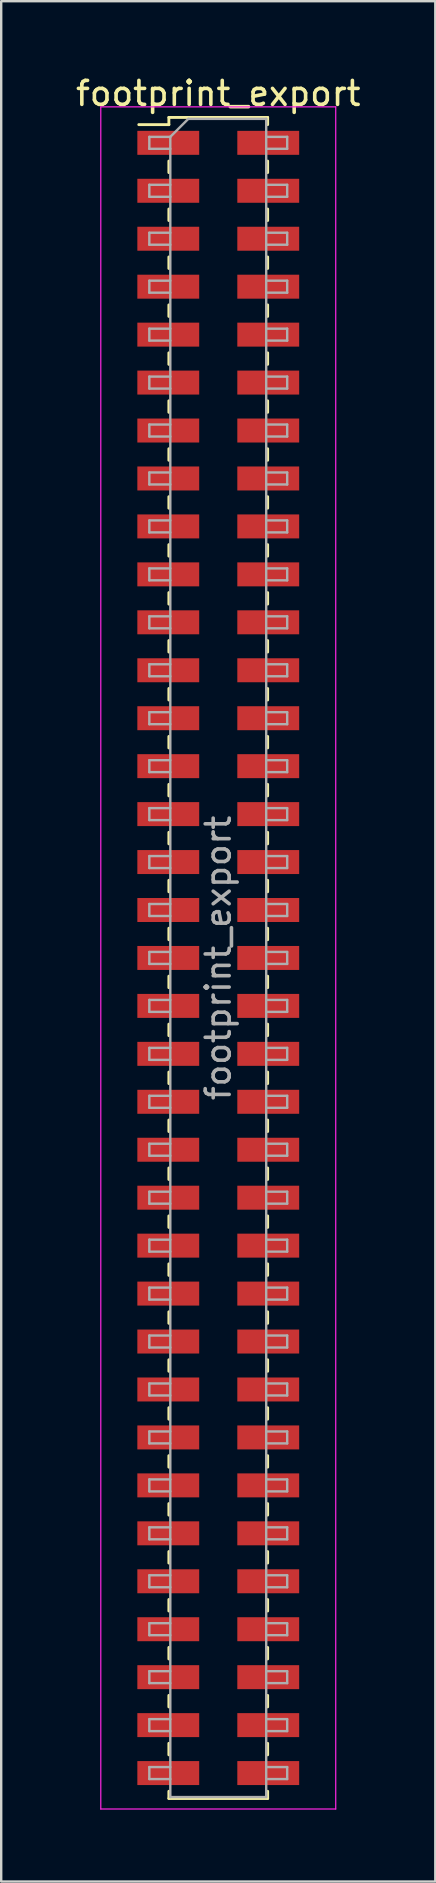
<source format=kicad_pcb>
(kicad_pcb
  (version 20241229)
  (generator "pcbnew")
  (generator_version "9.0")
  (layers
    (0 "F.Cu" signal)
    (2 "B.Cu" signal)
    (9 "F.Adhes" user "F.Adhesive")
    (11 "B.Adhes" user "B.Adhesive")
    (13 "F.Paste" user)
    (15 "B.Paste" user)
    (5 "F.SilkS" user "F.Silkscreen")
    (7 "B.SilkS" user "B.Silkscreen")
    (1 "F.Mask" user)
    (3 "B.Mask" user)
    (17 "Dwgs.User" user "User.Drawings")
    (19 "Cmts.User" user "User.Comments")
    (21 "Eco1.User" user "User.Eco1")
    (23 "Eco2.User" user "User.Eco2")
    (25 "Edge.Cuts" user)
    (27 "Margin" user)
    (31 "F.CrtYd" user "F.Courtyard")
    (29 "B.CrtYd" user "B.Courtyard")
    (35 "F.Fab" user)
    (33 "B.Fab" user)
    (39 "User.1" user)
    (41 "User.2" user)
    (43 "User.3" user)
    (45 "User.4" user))
  (footprint "footprint_export"
    (layer "F.Cu")
    (at 6.054 36.908)
    (property "Reference" "footprint_export" (at 0 -36.06 0) (layer "F.SilkS") (effects (font (size 1 1) (thickness 0.15))))
    (attr smd)
    (fp_line (start -3.315 -34.76) (end -2.06 -34.76) (stroke (width 0.12) (type solid)) (layer "F.SilkS"))
    (fp_line (start -2.06 -35.06) (end -2.06 -34.76) (stroke (width 0.12) (type solid)) (layer "F.SilkS"))
    (fp_line (start -2.06 -35.06) (end 2.06 -35.06) (stroke (width 0.12) (type solid)) (layer "F.SilkS"))
    (fp_line (start -2.06 -33.24) (end -2.06 -32.76) (stroke (width 0.12) (type solid)) (layer "F.SilkS"))
    (fp_line (start -2.06 -31.24) (end -2.06 -30.76) (stroke (width 0.12) (type solid)) (layer "F.SilkS"))
    (fp_line (start -2.06 -29.24) (end -2.06 -28.76) (stroke (width 0.12) (type solid)) (layer "F.SilkS"))
    (fp_line (start -2.06 -27.24) (end -2.06 -26.76) (stroke (width 0.12) (type solid)) (layer "F.SilkS"))
    (fp_line (start -2.06 -25.24) (end -2.06 -24.76) (stroke (width 0.12) (type solid)) (layer "F.SilkS"))
    (fp_line (start -2.06 -23.24) (end -2.06 -22.76) (stroke (width 0.12) (type solid)) (layer "F.SilkS"))
    (fp_line (start -2.06 -21.24) (end -2.06 -20.76) (stroke (width 0.12) (type solid)) (layer "F.SilkS"))
    (fp_line (start -2.06 -19.24) (end -2.06 -18.76) (stroke (width 0.12) (type solid)) (layer "F.SilkS"))
    (fp_line (start -2.06 -17.24) (end -2.06 -16.76) (stroke (width 0.12) (type solid)) (layer "F.SilkS"))
    (fp_line (start -2.06 -15.24) (end -2.06 -14.76) (stroke (width 0.12) (type solid)) (layer "F.SilkS"))
    (fp_line (start -2.06 -13.24) (end -2.06 -12.76) (stroke (width 0.12) (type solid)) (layer "F.SilkS"))
    (fp_line (start -2.06 -11.24) (end -2.06 -10.76) (stroke (width 0.12) (type solid)) (layer "F.SilkS"))
    (fp_line (start -2.06 -9.24) (end -2.06 -8.76) (stroke (width 0.12) (type solid)) (layer "F.SilkS"))
    (fp_line (start -2.06 -7.24) (end -2.06 -6.76) (stroke (width 0.12) (type solid)) (layer "F.SilkS"))
    (fp_line (start -2.06 -5.24) (end -2.06 -4.76) (stroke (width 0.12) (type solid)) (layer "F.SilkS"))
    (fp_line (start -2.06 -3.24) (end -2.06 -2.76) (stroke (width 0.12) (type solid)) (layer "F.SilkS"))
    (fp_line (start -2.06 -1.24) (end -2.06 -0.76) (stroke (width 0.12) (type solid)) (layer "F.SilkS"))
    (fp_line (start -2.06 0.76) (end -2.06 1.24) (stroke (width 0.12) (type solid)) (layer "F.SilkS"))
    (fp_line (start -2.06 2.76) (end -2.06 3.24) (stroke (width 0.12) (type solid)) (layer "F.SilkS"))
    (fp_line (start -2.06 4.76) (end -2.06 5.24) (stroke (width 0.12) (type solid)) (layer "F.SilkS"))
    (fp_line (start -2.06 6.76) (end -2.06 7.24) (stroke (width 0.12) (type solid)) (layer "F.SilkS"))
    (fp_line (start -2.06 8.76) (end -2.06 9.24) (stroke (width 0.12) (type solid)) (layer "F.SilkS"))
    (fp_line (start -2.06 10.76) (end -2.06 11.24) (stroke (width 0.12) (type solid)) (layer "F.SilkS"))
    (fp_line (start -2.06 12.76) (end -2.06 13.24) (stroke (width 0.12) (type solid)) (layer "F.SilkS"))
    (fp_line (start -2.06 14.76) (end -2.06 15.24) (stroke (width 0.12) (type solid)) (layer "F.SilkS"))
    (fp_line (start -2.06 16.76) (end -2.06 17.24) (stroke (width 0.12) (type solid)) (layer "F.SilkS"))
    (fp_line (start -2.06 18.76) (end -2.06 19.24) (stroke (width 0.12) (type solid)) (layer "F.SilkS"))
    (fp_line (start -2.06 20.76) (end -2.06 21.24) (stroke (width 0.12) (type solid)) (layer "F.SilkS"))
    (fp_line (start -2.06 22.76) (end -2.06 23.24) (stroke (width 0.12) (type solid)) (layer "F.SilkS"))
    (fp_line (start -2.06 24.76) (end -2.06 25.24) (stroke (width 0.12) (type solid)) (layer "F.SilkS"))
    (fp_line (start -2.06 26.76) (end -2.06 27.24) (stroke (width 0.12) (type solid)) (layer "F.SilkS"))
    (fp_line (start -2.06 28.76) (end -2.06 29.24) (stroke (width 0.12) (type solid)) (layer "F.SilkS"))
    (fp_line (start -2.06 30.76) (end -2.06 31.24) (stroke (width 0.12) (type solid)) (layer "F.SilkS"))
    (fp_line (start -2.06 32.76) (end -2.06 33.24) (stroke (width 0.12) (type solid)) (layer "F.SilkS"))
    (fp_line (start -2.06 34.76) (end -2.06 35.06) (stroke (width 0.12) (type solid)) (layer "F.SilkS"))
    (fp_line (start -2.06 35.06) (end 2.06 35.06) (stroke (width 0.12) (type solid)) (layer "F.SilkS"))
    (fp_line (start 2.06 -35.06) (end 2.06 -34.76) (stroke (width 0.12) (type solid)) (layer "F.SilkS"))
    (fp_line (start 2.06 -33.24) (end 2.06 -32.76) (stroke (width 0.12) (type solid)) (layer "F.SilkS"))
    (fp_line (start 2.06 -31.24) (end 2.06 -30.76) (stroke (width 0.12) (type solid)) (layer "F.SilkS"))
    (fp_line (start 2.06 -29.24) (end 2.06 -28.76) (stroke (width 0.12) (type solid)) (layer "F.SilkS"))
    (fp_line (start 2.06 -27.24) (end 2.06 -26.76) (stroke (width 0.12) (type solid)) (layer "F.SilkS"))
    (fp_line (start 2.06 -25.24) (end 2.06 -24.76) (stroke (width 0.12) (type solid)) (layer "F.SilkS"))
    (fp_line (start 2.06 -23.24) (end 2.06 -22.76) (stroke (width 0.12) (type solid)) (layer "F.SilkS"))
    (fp_line (start 2.06 -21.24) (end 2.06 -20.76) (stroke (width 0.12) (type solid)) (layer "F.SilkS"))
    (fp_line (start 2.06 -19.24) (end 2.06 -18.76) (stroke (width 0.12) (type solid)) (layer "F.SilkS"))
    (fp_line (start 2.06 -17.24) (end 2.06 -16.76) (stroke (width 0.12) (type solid)) (layer "F.SilkS"))
    (fp_line (start 2.06 -15.24) (end 2.06 -14.76) (stroke (width 0.12) (type solid)) (layer "F.SilkS"))
    (fp_line (start 2.06 -13.24) (end 2.06 -12.76) (stroke (width 0.12) (type solid)) (layer "F.SilkS"))
    (fp_line (start 2.06 -11.24) (end 2.06 -10.76) (stroke (width 0.12) (type solid)) (layer "F.SilkS"))
    (fp_line (start 2.06 -9.24) (end 2.06 -8.76) (stroke (width 0.12) (type solid)) (layer "F.SilkS"))
    (fp_line (start 2.06 -7.24) (end 2.06 -6.76) (stroke (width 0.12) (type solid)) (layer "F.SilkS"))
    (fp_line (start 2.06 -5.24) (end 2.06 -4.76) (stroke (width 0.12) (type solid)) (layer "F.SilkS"))
    (fp_line (start 2.06 -3.24) (end 2.06 -2.76) (stroke (width 0.12) (type solid)) (layer "F.SilkS"))
    (fp_line (start 2.06 -1.24) (end 2.06 -0.76) (stroke (width 0.12) (type solid)) (layer "F.SilkS"))
    (fp_line (start 2.06 0.76) (end 2.06 1.24) (stroke (width 0.12) (type solid)) (layer "F.SilkS"))
    (fp_line (start 2.06 2.76) (end 2.06 3.24) (stroke (width 0.12) (type solid)) (layer "F.SilkS"))
    (fp_line (start 2.06 4.76) (end 2.06 5.24) (stroke (width 0.12) (type solid)) (layer "F.SilkS"))
    (fp_line (start 2.06 6.76) (end 2.06 7.24) (stroke (width 0.12) (type solid)) (layer "F.SilkS"))
    (fp_line (start 2.06 8.76) (end 2.06 9.24) (stroke (width 0.12) (type solid)) (layer "F.SilkS"))
    (fp_line (start 2.06 10.76) (end 2.06 11.24) (stroke (width 0.12) (type solid)) (layer "F.SilkS"))
    (fp_line (start 2.06 12.76) (end 2.06 13.24) (stroke (width 0.12) (type solid)) (layer "F.SilkS"))
    (fp_line (start 2.06 14.76) (end 2.06 15.24) (stroke (width 0.12) (type solid)) (layer "F.SilkS"))
    (fp_line (start 2.06 16.76) (end 2.06 17.24) (stroke (width 0.12) (type solid)) (layer "F.SilkS"))
    (fp_line (start 2.06 18.76) (end 2.06 19.24) (stroke (width 0.12) (type solid)) (layer "F.SilkS"))
    (fp_line (start 2.06 20.76) (end 2.06 21.24) (stroke (width 0.12) (type solid)) (layer "F.SilkS"))
    (fp_line (start 2.06 22.76) (end 2.06 23.24) (stroke (width 0.12) (type solid)) (layer "F.SilkS"))
    (fp_line (start 2.06 24.76) (end 2.06 25.24) (stroke (width 0.12) (type solid)) (layer "F.SilkS"))
    (fp_line (start 2.06 26.76) (end 2.06 27.24) (stroke (width 0.12) (type solid)) (layer "F.SilkS"))
    (fp_line (start 2.06 28.76) (end 2.06 29.24) (stroke (width 0.12) (type solid)) (layer "F.SilkS"))
    (fp_line (start 2.06 30.76) (end 2.06 31.24) (stroke (width 0.12) (type solid)) (layer "F.SilkS"))
    (fp_line (start 2.06 32.76) (end 2.06 33.24) (stroke (width 0.12) (type solid)) (layer "F.SilkS"))
    (fp_line (start 2.06 34.76) (end 2.06 35.06) (stroke (width 0.12) (type solid)) (layer "F.SilkS"))
    (fp_line (start -4.9 -35.5) (end -4.9 35.5) (stroke (width 0.05) (type solid)) (layer "F.CrtYd"))
    (fp_line (start -4.9 35.5) (end 4.9 35.5) (stroke (width 0.05) (type solid)) (layer "F.CrtYd"))
    (fp_line (start 4.9 -35.5) (end -4.9 -35.5) (stroke (width 0.05) (type solid)) (layer "F.CrtYd"))
    (fp_line (start 4.9 35.5) (end 4.9 -35.5) (stroke (width 0.05) (type solid)) (layer "F.CrtYd"))
    (fp_line (start -2.875 -34.25) (end -2.875 -33.75) (stroke (width 0.1) (type solid)) (layer "F.Fab"))
    (fp_line (start -2.875 -33.75) (end -2 -33.75) (stroke (width 0.1) (type solid)) (layer "F.Fab"))
    (fp_line (start -2.875 -32.25) (end -2.875 -31.75) (stroke (width 0.1) (type solid)) (layer "F.Fab"))
    (fp_line (start -2.875 -31.75) (end -2 -31.75) (stroke (width 0.1) (type solid)) (layer "F.Fab"))
    (fp_line (start -2.875 -30.25) (end -2.875 -29.75) (stroke (width 0.1) (type solid)) (layer "F.Fab"))
    (fp_line (start -2.875 -29.75) (end -2 -29.75) (stroke (width 0.1) (type solid)) (layer "F.Fab"))
    (fp_line (start -2.875 -28.25) (end -2.875 -27.75) (stroke (width 0.1) (type solid)) (layer "F.Fab"))
    (fp_line (start -2.875 -27.75) (end -2 -27.75) (stroke (width 0.1) (type solid)) (layer "F.Fab"))
    (fp_line (start -2.875 -26.25) (end -2.875 -25.75) (stroke (width 0.1) (type solid)) (layer "F.Fab"))
    (fp_line (start -2.875 -25.75) (end -2 -25.75) (stroke (width 0.1) (type solid)) (layer "F.Fab"))
    (fp_line (start -2.875 -24.25) (end -2.875 -23.75) (stroke (width 0.1) (type solid)) (layer "F.Fab"))
    (fp_line (start -2.875 -23.75) (end -2 -23.75) (stroke (width 0.1) (type solid)) (layer "F.Fab"))
    (fp_line (start -2.875 -22.25) (end -2.875 -21.75) (stroke (width 0.1) (type solid)) (layer "F.Fab"))
    (fp_line (start -2.875 -21.75) (end -2 -21.75) (stroke (width 0.1) (type solid)) (layer "F.Fab"))
    (fp_line (start -2.875 -20.25) (end -2.875 -19.75) (stroke (width 0.1) (type solid)) (layer "F.Fab"))
    (fp_line (start -2.875 -19.75) (end -2 -19.75) (stroke (width 0.1) (type solid)) (layer "F.Fab"))
    (fp_line (start -2.875 -18.25) (end -2.875 -17.75) (stroke (width 0.1) (type solid)) (layer "F.Fab"))
    (fp_line (start -2.875 -17.75) (end -2 -17.75) (stroke (width 0.1) (type solid)) (layer "F.Fab"))
    (fp_line (start -2.875 -16.25) (end -2.875 -15.75) (stroke (width 0.1) (type solid)) (layer "F.Fab"))
    (fp_line (start -2.875 -15.75) (end -2 -15.75) (stroke (width 0.1) (type solid)) (layer "F.Fab"))
    (fp_line (start -2.875 -14.25) (end -2.875 -13.75) (stroke (width 0.1) (type solid)) (layer "F.Fab"))
    (fp_line (start -2.875 -13.75) (end -2 -13.75) (stroke (width 0.1) (type solid)) (layer "F.Fab"))
    (fp_line (start -2.875 -12.25) (end -2.875 -11.75) (stroke (width 0.1) (type solid)) (layer "F.Fab"))
    (fp_line (start -2.875 -11.75) (end -2 -11.75) (stroke (width 0.1) (type solid)) (layer "F.Fab"))
    (fp_line (start -2.875 -10.25) (end -2.875 -9.75) (stroke (width 0.1) (type solid)) (layer "F.Fab"))
    (fp_line (start -2.875 -9.75) (end -2 -9.75) (stroke (width 0.1) (type solid)) (layer "F.Fab"))
    (fp_line (start -2.875 -8.25) (end -2.875 -7.75) (stroke (width 0.1) (type solid)) (layer "F.Fab"))
    (fp_line (start -2.875 -7.75) (end -2 -7.75) (stroke (width 0.1) (type solid)) (layer "F.Fab"))
    (fp_line (start -2.875 -6.25) (end -2.875 -5.75) (stroke (width 0.1) (type solid)) (layer "F.Fab"))
    (fp_line (start -2.875 -5.75) (end -2 -5.75) (stroke (width 0.1) (type solid)) (layer "F.Fab"))
    (fp_line (start -2.875 -4.25) (end -2.875 -3.75) (stroke (width 0.1) (type solid)) (layer "F.Fab"))
    (fp_line (start -2.875 -3.75) (end -2 -3.75) (stroke (width 0.1) (type solid)) (layer "F.Fab"))
    (fp_line (start -2.875 -2.25) (end -2.875 -1.75) (stroke (width 0.1) (type solid)) (layer "F.Fab"))
    (fp_line (start -2.875 -1.75) (end -2 -1.75) (stroke (width 0.1) (type solid)) (layer "F.Fab"))
    (fp_line (start -2.875 -0.25) (end -2.875 0.25) (stroke (width 0.1) (type solid)) (layer "F.Fab"))
    (fp_line (start -2.875 0.25) (end -2 0.25) (stroke (width 0.1) (type solid)) (layer "F.Fab"))
    (fp_line (start -2.875 1.75) (end -2.875 2.25) (stroke (width 0.1) (type solid)) (layer "F.Fab"))
    (fp_line (start -2.875 2.25) (end -2 2.25) (stroke (width 0.1) (type solid)) (layer "F.Fab"))
    (fp_line (start -2.875 3.75) (end -2.875 4.25) (stroke (width 0.1) (type solid)) (layer "F.Fab"))
    (fp_line (start -2.875 4.25) (end -2 4.25) (stroke (width 0.1) (type solid)) (layer "F.Fab"))
    (fp_line (start -2.875 5.75) (end -2.875 6.25) (stroke (width 0.1) (type solid)) (layer "F.Fab"))
    (fp_line (start -2.875 6.25) (end -2 6.25) (stroke (width 0.1) (type solid)) (layer "F.Fab"))
    (fp_line (start -2.875 7.75) (end -2.875 8.25) (stroke (width 0.1) (type solid)) (layer "F.Fab"))
    (fp_line (start -2.875 8.25) (end -2 8.25) (stroke (width 0.1) (type solid)) (layer "F.Fab"))
    (fp_line (start -2.875 9.75) (end -2.875 10.25) (stroke (width 0.1) (type solid)) (layer "F.Fab"))
    (fp_line (start -2.875 10.25) (end -2 10.25) (stroke (width 0.1) (type solid)) (layer "F.Fab"))
    (fp_line (start -2.875 11.75) (end -2.875 12.25) (stroke (width 0.1) (type solid)) (layer "F.Fab"))
    (fp_line (start -2.875 12.25) (end -2 12.25) (stroke (width 0.1) (type solid)) (layer "F.Fab"))
    (fp_line (start -2.875 13.75) (end -2.875 14.25) (stroke (width 0.1) (type solid)) (layer "F.Fab"))
    (fp_line (start -2.875 14.25) (end -2 14.25) (stroke (width 0.1) (type solid)) (layer "F.Fab"))
    (fp_line (start -2.875 15.75) (end -2.875 16.25) (stroke (width 0.1) (type solid)) (layer "F.Fab"))
    (fp_line (start -2.875 16.25) (end -2 16.25) (stroke (width 0.1) (type solid)) (layer "F.Fab"))
    (fp_line (start -2.875 17.75) (end -2.875 18.25) (stroke (width 0.1) (type solid)) (layer "F.Fab"))
    (fp_line (start -2.875 18.25) (end -2 18.25) (stroke (width 0.1) (type solid)) (layer "F.Fab"))
    (fp_line (start -2.875 19.75) (end -2.875 20.25) (stroke (width 0.1) (type solid)) (layer "F.Fab"))
    (fp_line (start -2.875 20.25) (end -2 20.25) (stroke (width 0.1) (type solid)) (layer "F.Fab"))
    (fp_line (start -2.875 21.75) (end -2.875 22.25) (stroke (width 0.1) (type solid)) (layer "F.Fab"))
    (fp_line (start -2.875 22.25) (end -2 22.25) (stroke (width 0.1) (type solid)) (layer "F.Fab"))
    (fp_line (start -2.875 23.75) (end -2.875 24.25) (stroke (width 0.1) (type solid)) (layer "F.Fab"))
    (fp_line (start -2.875 24.25) (end -2 24.25) (stroke (width 0.1) (type solid)) (layer "F.Fab"))
    (fp_line (start -2.875 25.75) (end -2.875 26.25) (stroke (width 0.1) (type solid)) (layer "F.Fab"))
    (fp_line (start -2.875 26.25) (end -2 26.25) (stroke (width 0.1) (type solid)) (layer "F.Fab"))
    (fp_line (start -2.875 27.75) (end -2.875 28.25) (stroke (width 0.1) (type solid)) (layer "F.Fab"))
    (fp_line (start -2.875 28.25) (end -2 28.25) (stroke (width 0.1) (type solid)) (layer "F.Fab"))
    (fp_line (start -2.875 29.75) (end -2.875 30.25) (stroke (width 0.1) (type solid)) (layer "F.Fab"))
    (fp_line (start -2.875 30.25) (end -2 30.25) (stroke (width 0.1) (type solid)) (layer "F.Fab"))
    (fp_line (start -2.875 31.75) (end -2.875 32.25) (stroke (width 0.1) (type solid)) (layer "F.Fab"))
    (fp_line (start -2.875 32.25) (end -2 32.25) (stroke (width 0.1) (type solid)) (layer "F.Fab"))
    (fp_line (start -2.875 33.75) (end -2.875 34.25) (stroke (width 0.1) (type solid)) (layer "F.Fab"))
    (fp_line (start -2.875 34.25) (end -2 34.25) (stroke (width 0.1) (type solid)) (layer "F.Fab"))
    (fp_line (start -2 -34.25) (end -2.875 -34.25) (stroke (width 0.1) (type solid)) (layer "F.Fab"))
    (fp_line (start -2 -34.25) (end -1.25 -35) (stroke (width 0.1) (type solid)) (layer "F.Fab"))
    (fp_line (start -2 -32.25) (end -2.875 -32.25) (stroke (width 0.1) (type solid)) (layer "F.Fab"))
    (fp_line (start -2 -30.25) (end -2.875 -30.25) (stroke (width 0.1) (type solid)) (layer "F.Fab"))
    (fp_line (start -2 -28.25) (end -2.875 -28.25) (stroke (width 0.1) (type solid)) (layer "F.Fab"))
    (fp_line (start -2 -26.25) (end -2.875 -26.25) (stroke (width 0.1) (type solid)) (layer "F.Fab"))
    (fp_line (start -2 -24.25) (end -2.875 -24.25) (stroke (width 0.1) (type solid)) (layer "F.Fab"))
    (fp_line (start -2 -22.25) (end -2.875 -22.25) (stroke (width 0.1) (type solid)) (layer "F.Fab"))
    (fp_line (start -2 -20.25) (end -2.875 -20.25) (stroke (width 0.1) (type solid)) (layer "F.Fab"))
    (fp_line (start -2 -18.25) (end -2.875 -18.25) (stroke (width 0.1) (type solid)) (layer "F.Fab"))
    (fp_line (start -2 -16.25) (end -2.875 -16.25) (stroke (width 0.1) (type solid)) (layer "F.Fab"))
    (fp_line (start -2 -14.25) (end -2.875 -14.25) (stroke (width 0.1) (type solid)) (layer "F.Fab"))
    (fp_line (start -2 -12.25) (end -2.875 -12.25) (stroke (width 0.1) (type solid)) (layer "F.Fab"))
    (fp_line (start -2 -10.25) (end -2.875 -10.25) (stroke (width 0.1) (type solid)) (layer "F.Fab"))
    (fp_line (start -2 -8.25) (end -2.875 -8.25) (stroke (width 0.1) (type solid)) (layer "F.Fab"))
    (fp_line (start -2 -6.25) (end -2.875 -6.25) (stroke (width 0.1) (type solid)) (layer "F.Fab"))
    (fp_line (start -2 -4.25) (end -2.875 -4.25) (stroke (width 0.1) (type solid)) (layer "F.Fab"))
    (fp_line (start -2 -2.25) (end -2.875 -2.25) (stroke (width 0.1) (type solid)) (layer "F.Fab"))
    (fp_line (start -2 -0.25) (end -2.875 -0.25) (stroke (width 0.1) (type solid)) (layer "F.Fab"))
    (fp_line (start -2 1.75) (end -2.875 1.75) (stroke (width 0.1) (type solid)) (layer "F.Fab"))
    (fp_line (start -2 3.75) (end -2.875 3.75) (stroke (width 0.1) (type solid)) (layer "F.Fab"))
    (fp_line (start -2 5.75) (end -2.875 5.75) (stroke (width 0.1) (type solid)) (layer "F.Fab"))
    (fp_line (start -2 7.75) (end -2.875 7.75) (stroke (width 0.1) (type solid)) (layer "F.Fab"))
    (fp_line (start -2 9.75) (end -2.875 9.75) (stroke (width 0.1) (type solid)) (layer "F.Fab"))
    (fp_line (start -2 11.75) (end -2.875 11.75) (stroke (width 0.1) (type solid)) (layer "F.Fab"))
    (fp_line (start -2 13.75) (end -2.875 13.75) (stroke (width 0.1) (type solid)) (layer "F.Fab"))
    (fp_line (start -2 15.75) (end -2.875 15.75) (stroke (width 0.1) (type solid)) (layer "F.Fab"))
    (fp_line (start -2 17.75) (end -2.875 17.75) (stroke (width 0.1) (type solid)) (layer "F.Fab"))
    (fp_line (start -2 19.75) (end -2.875 19.75) (stroke (width 0.1) (type solid)) (layer "F.Fab"))
    (fp_line (start -2 21.75) (end -2.875 21.75) (stroke (width 0.1) (type solid)) (layer "F.Fab"))
    (fp_line (start -2 23.75) (end -2.875 23.75) (stroke (width 0.1) (type solid)) (layer "F.Fab"))
    (fp_line (start -2 25.75) (end -2.875 25.75) (stroke (width 0.1) (type solid)) (layer "F.Fab"))
    (fp_line (start -2 27.75) (end -2.875 27.75) (stroke (width 0.1) (type solid)) (layer "F.Fab"))
    (fp_line (start -2 29.75) (end -2.875 29.75) (stroke (width 0.1) (type solid)) (layer "F.Fab"))
    (fp_line (start -2 31.75) (end -2.875 31.75) (stroke (width 0.1) (type solid)) (layer "F.Fab"))
    (fp_line (start -2 33.75) (end -2.875 33.75) (stroke (width 0.1) (type solid)) (layer "F.Fab"))
    (fp_line (start -2 35) (end -2 -34.25) (stroke (width 0.1) (type solid)) (layer "F.Fab"))
    (fp_line (start -1.25 -35) (end 2 -35) (stroke (width 0.1) (type solid)) (layer "F.Fab"))
    (fp_line (start 2 -35) (end 2 35) (stroke (width 0.1) (type solid)) (layer "F.Fab"))
    (fp_line (start 2 -34.25) (end 2.875 -34.25) (stroke (width 0.1) (type solid)) (layer "F.Fab"))
    (fp_line (start 2 -32.25) (end 2.875 -32.25) (stroke (width 0.1) (type solid)) (layer "F.Fab"))
    (fp_line (start 2 -30.25) (end 2.875 -30.25) (stroke (width 0.1) (type solid)) (layer "F.Fab"))
    (fp_line (start 2 -28.25) (end 2.875 -28.25) (stroke (width 0.1) (type solid)) (layer "F.Fab"))
    (fp_line (start 2 -26.25) (end 2.875 -26.25) (stroke (width 0.1) (type solid)) (layer "F.Fab"))
    (fp_line (start 2 -24.25) (end 2.875 -24.25) (stroke (width 0.1) (type solid)) (layer "F.Fab"))
    (fp_line (start 2 -22.25) (end 2.875 -22.25) (stroke (width 0.1) (type solid)) (layer "F.Fab"))
    (fp_line (start 2 -20.25) (end 2.875 -20.25) (stroke (width 0.1) (type solid)) (layer "F.Fab"))
    (fp_line (start 2 -18.25) (end 2.875 -18.25) (stroke (width 0.1) (type solid)) (layer "F.Fab"))
    (fp_line (start 2 -16.25) (end 2.875 -16.25) (stroke (width 0.1) (type solid)) (layer "F.Fab"))
    (fp_line (start 2 -14.25) (end 2.875 -14.25) (stroke (width 0.1) (type solid)) (layer "F.Fab"))
    (fp_line (start 2 -12.25) (end 2.875 -12.25) (stroke (width 0.1) (type solid)) (layer "F.Fab"))
    (fp_line (start 2 -10.25) (end 2.875 -10.25) (stroke (width 0.1) (type solid)) (layer "F.Fab"))
    (fp_line (start 2 -8.25) (end 2.875 -8.25) (stroke (width 0.1) (type solid)) (layer "F.Fab"))
    (fp_line (start 2 -6.25) (end 2.875 -6.25) (stroke (width 0.1) (type solid)) (layer "F.Fab"))
    (fp_line (start 2 -4.25) (end 2.875 -4.25) (stroke (width 0.1) (type solid)) (layer "F.Fab"))
    (fp_line (start 2 -2.25) (end 2.875 -2.25) (stroke (width 0.1) (type solid)) (layer "F.Fab"))
    (fp_line (start 2 -0.25) (end 2.875 -0.25) (stroke (width 0.1) (type solid)) (layer "F.Fab"))
    (fp_line (start 2 1.75) (end 2.875 1.75) (stroke (width 0.1) (type solid)) (layer "F.Fab"))
    (fp_line (start 2 3.75) (end 2.875 3.75) (stroke (width 0.1) (type solid)) (layer "F.Fab"))
    (fp_line (start 2 5.75) (end 2.875 5.75) (stroke (width 0.1) (type solid)) (layer "F.Fab"))
    (fp_line (start 2 7.75) (end 2.875 7.75) (stroke (width 0.1) (type solid)) (layer "F.Fab"))
    (fp_line (start 2 9.75) (end 2.875 9.75) (stroke (width 0.1) (type solid)) (layer "F.Fab"))
    (fp_line (start 2 11.75) (end 2.875 11.75) (stroke (width 0.1) (type solid)) (layer "F.Fab"))
    (fp_line (start 2 13.75) (end 2.875 13.75) (stroke (width 0.1) (type solid)) (layer "F.Fab"))
    (fp_line (start 2 15.75) (end 2.875 15.75) (stroke (width 0.1) (type solid)) (layer "F.Fab"))
    (fp_line (start 2 17.75) (end 2.875 17.75) (stroke (width 0.1) (type solid)) (layer "F.Fab"))
    (fp_line (start 2 19.75) (end 2.875 19.75) (stroke (width 0.1) (type solid)) (layer "F.Fab"))
    (fp_line (start 2 21.75) (end 2.875 21.75) (stroke (width 0.1) (type solid)) (layer "F.Fab"))
    (fp_line (start 2 23.75) (end 2.875 23.75) (stroke (width 0.1) (type solid)) (layer "F.Fab"))
    (fp_line (start 2 25.75) (end 2.875 25.75) (stroke (width 0.1) (type solid)) (layer "F.Fab"))
    (fp_line (start 2 27.75) (end 2.875 27.75) (stroke (width 0.1) (type solid)) (layer "F.Fab"))
    (fp_line (start 2 29.75) (end 2.875 29.75) (stroke (width 0.1) (type solid)) (layer "F.Fab"))
    (fp_line (start 2 31.75) (end 2.875 31.75) (stroke (width 0.1) (type solid)) (layer "F.Fab"))
    (fp_line (start 2 33.75) (end 2.875 33.75) (stroke (width 0.1) (type solid)) (layer "F.Fab"))
    (fp_line (start 2 35) (end -2 35) (stroke (width 0.1) (type solid)) (layer "F.Fab"))
    (fp_line (start 2.875 -34.25) (end 2.875 -33.75) (stroke (width 0.1) (type solid)) (layer "F.Fab"))
    (fp_line (start 2.875 -33.75) (end 2 -33.75) (stroke (width 0.1) (type solid)) (layer "F.Fab"))
    (fp_line (start 2.875 -32.25) (end 2.875 -31.75) (stroke (width 0.1) (type solid)) (layer "F.Fab"))
    (fp_line (start 2.875 -31.75) (end 2 -31.75) (stroke (width 0.1) (type solid)) (layer "F.Fab"))
    (fp_line (start 2.875 -30.25) (end 2.875 -29.75) (stroke (width 0.1) (type solid)) (layer "F.Fab"))
    (fp_line (start 2.875 -29.75) (end 2 -29.75) (stroke (width 0.1) (type solid)) (layer "F.Fab"))
    (fp_line (start 2.875 -28.25) (end 2.875 -27.75) (stroke (width 0.1) (type solid)) (layer "F.Fab"))
    (fp_line (start 2.875 -27.75) (end 2 -27.75) (stroke (width 0.1) (type solid)) (layer "F.Fab"))
    (fp_line (start 2.875 -26.25) (end 2.875 -25.75) (stroke (width 0.1) (type solid)) (layer "F.Fab"))
    (fp_line (start 2.875 -25.75) (end 2 -25.75) (stroke (width 0.1) (type solid)) (layer "F.Fab"))
    (fp_line (start 2.875 -24.25) (end 2.875 -23.75) (stroke (width 0.1) (type solid)) (layer "F.Fab"))
    (fp_line (start 2.875 -23.75) (end 2 -23.75) (stroke (width 0.1) (type solid)) (layer "F.Fab"))
    (fp_line (start 2.875 -22.25) (end 2.875 -21.75) (stroke (width 0.1) (type solid)) (layer "F.Fab"))
    (fp_line (start 2.875 -21.75) (end 2 -21.75) (stroke (width 0.1) (type solid)) (layer "F.Fab"))
    (fp_line (start 2.875 -20.25) (end 2.875 -19.75) (stroke (width 0.1) (type solid)) (layer "F.Fab"))
    (fp_line (start 2.875 -19.75) (end 2 -19.75) (stroke (width 0.1) (type solid)) (layer "F.Fab"))
    (fp_line (start 2.875 -18.25) (end 2.875 -17.75) (stroke (width 0.1) (type solid)) (layer "F.Fab"))
    (fp_line (start 2.875 -17.75) (end 2 -17.75) (stroke (width 0.1) (type solid)) (layer "F.Fab"))
    (fp_line (start 2.875 -16.25) (end 2.875 -15.75) (stroke (width 0.1) (type solid)) (layer "F.Fab"))
    (fp_line (start 2.875 -15.75) (end 2 -15.75) (stroke (width 0.1) (type solid)) (layer "F.Fab"))
    (fp_line (start 2.875 -14.25) (end 2.875 -13.75) (stroke (width 0.1) (type solid)) (layer "F.Fab"))
    (fp_line (start 2.875 -13.75) (end 2 -13.75) (stroke (width 0.1) (type solid)) (layer "F.Fab"))
    (fp_line (start 2.875 -12.25) (end 2.875 -11.75) (stroke (width 0.1) (type solid)) (layer "F.Fab"))
    (fp_line (start 2.875 -11.75) (end 2 -11.75) (stroke (width 0.1) (type solid)) (layer "F.Fab"))
    (fp_line (start 2.875 -10.25) (end 2.875 -9.75) (stroke (width 0.1) (type solid)) (layer "F.Fab"))
    (fp_line (start 2.875 -9.75) (end 2 -9.75) (stroke (width 0.1) (type solid)) (layer "F.Fab"))
    (fp_line (start 2.875 -8.25) (end 2.875 -7.75) (stroke (width 0.1) (type solid)) (layer "F.Fab"))
    (fp_line (start 2.875 -7.75) (end 2 -7.75) (stroke (width 0.1) (type solid)) (layer "F.Fab"))
    (fp_line (start 2.875 -6.25) (end 2.875 -5.75) (stroke (width 0.1) (type solid)) (layer "F.Fab"))
    (fp_line (start 2.875 -5.75) (end 2 -5.75) (stroke (width 0.1) (type solid)) (layer "F.Fab"))
    (fp_line (start 2.875 -4.25) (end 2.875 -3.75) (stroke (width 0.1) (type solid)) (layer "F.Fab"))
    (fp_line (start 2.875 -3.75) (end 2 -3.75) (stroke (width 0.1) (type solid)) (layer "F.Fab"))
    (fp_line (start 2.875 -2.25) (end 2.875 -1.75) (stroke (width 0.1) (type solid)) (layer "F.Fab"))
    (fp_line (start 2.875 -1.75) (end 2 -1.75) (stroke (width 0.1) (type solid)) (layer "F.Fab"))
    (fp_line (start 2.875 -0.25) (end 2.875 0.25) (stroke (width 0.1) (type solid)) (layer "F.Fab"))
    (fp_line (start 2.875 0.25) (end 2 0.25) (stroke (width 0.1) (type solid)) (layer "F.Fab"))
    (fp_line (start 2.875 1.75) (end 2.875 2.25) (stroke (width 0.1) (type solid)) (layer "F.Fab"))
    (fp_line (start 2.875 2.25) (end 2 2.25) (stroke (width 0.1) (type solid)) (layer "F.Fab"))
    (fp_line (start 2.875 3.75) (end 2.875 4.25) (stroke (width 0.1) (type solid)) (layer "F.Fab"))
    (fp_line (start 2.875 4.25) (end 2 4.25) (stroke (width 0.1) (type solid)) (layer "F.Fab"))
    (fp_line (start 2.875 5.75) (end 2.875 6.25) (stroke (width 0.1) (type solid)) (layer "F.Fab"))
    (fp_line (start 2.875 6.25) (end 2 6.25) (stroke (width 0.1) (type solid)) (layer "F.Fab"))
    (fp_line (start 2.875 7.75) (end 2.875 8.25) (stroke (width 0.1) (type solid)) (layer "F.Fab"))
    (fp_line (start 2.875 8.25) (end 2 8.25) (stroke (width 0.1) (type solid)) (layer "F.Fab"))
    (fp_line (start 2.875 9.75) (end 2.875 10.25) (stroke (width 0.1) (type solid)) (layer "F.Fab"))
    (fp_line (start 2.875 10.25) (end 2 10.25) (stroke (width 0.1) (type solid)) (layer "F.Fab"))
    (fp_line (start 2.875 11.75) (end 2.875 12.25) (stroke (width 0.1) (type solid)) (layer "F.Fab"))
    (fp_line (start 2.875 12.25) (end 2 12.25) (stroke (width 0.1) (type solid)) (layer "F.Fab"))
    (fp_line (start 2.875 13.75) (end 2.875 14.25) (stroke (width 0.1) (type solid)) (layer "F.Fab"))
    (fp_line (start 2.875 14.25) (end 2 14.25) (stroke (width 0.1) (type solid)) (layer "F.Fab"))
    (fp_line (start 2.875 15.75) (end 2.875 16.25) (stroke (width 0.1) (type solid)) (layer "F.Fab"))
    (fp_line (start 2.875 16.25) (end 2 16.25) (stroke (width 0.1) (type solid)) (layer "F.Fab"))
    (fp_line (start 2.875 17.75) (end 2.875 18.25) (stroke (width 0.1) (type solid)) (layer "F.Fab"))
    (fp_line (start 2.875 18.25) (end 2 18.25) (stroke (width 0.1) (type solid)) (layer "F.Fab"))
    (fp_line (start 2.875 19.75) (end 2.875 20.25) (stroke (width 0.1) (type solid)) (layer "F.Fab"))
    (fp_line (start 2.875 20.25) (end 2 20.25) (stroke (width 0.1) (type solid)) (layer "F.Fab"))
    (fp_line (start 2.875 21.75) (end 2.875 22.25) (stroke (width 0.1) (type solid)) (layer "F.Fab"))
    (fp_line (start 2.875 22.25) (end 2 22.25) (stroke (width 0.1) (type solid)) (layer "F.Fab"))
    (fp_line (start 2.875 23.75) (end 2.875 24.25) (stroke (width 0.1) (type solid)) (layer "F.Fab"))
    (fp_line (start 2.875 24.25) (end 2 24.25) (stroke (width 0.1) (type solid)) (layer "F.Fab"))
    (fp_line (start 2.875 25.75) (end 2.875 26.25) (stroke (width 0.1) (type solid)) (layer "F.Fab"))
    (fp_line (start 2.875 26.25) (end 2 26.25) (stroke (width 0.1) (type solid)) (layer "F.Fab"))
    (fp_line (start 2.875 27.75) (end 2.875 28.25) (stroke (width 0.1) (type solid)) (layer "F.Fab"))
    (fp_line (start 2.875 28.25) (end 2 28.25) (stroke (width 0.1) (type solid)) (layer "F.Fab"))
    (fp_line (start 2.875 29.75) (end 2.875 30.25) (stroke (width 0.1) (type solid)) (layer "F.Fab"))
    (fp_line (start 2.875 30.25) (end 2 30.25) (stroke (width 0.1) (type solid)) (layer "F.Fab"))
    (fp_line (start 2.875 31.75) (end 2.875 32.25) (stroke (width 0.1) (type solid)) (layer "F.Fab"))
    (fp_line (start 2.875 32.25) (end 2 32.25) (stroke (width 0.1) (type solid)) (layer "F.Fab"))
    (fp_line (start 2.875 33.75) (end 2.875 34.25) (stroke (width 0.1) (type solid)) (layer "F.Fab"))
    (fp_line (start 2.875 34.25) (end 2 34.25) (stroke (width 0.1) (type solid)) (layer "F.Fab"))
    (fp_text user "${REFERENCE}" (at 0 0 90) (layer "F.Fab") (effects (font (size 1 1) (thickness 0.15))))
    (pad "1" smd rect (at -2.085 -34) (size 2.58 1) (layers "F.Cu" "F.Mask" "F.Paste"))
    (pad "2" smd rect (at 2.085 -34) (size 2.58 1) (layers "F.Cu" "F.Mask" "F.Paste"))
    (pad "3" smd rect (at -2.085 -32) (size 2.58 1) (layers "F.Cu" "F.Mask" "F.Paste"))
    (pad "4" smd rect (at 2.085 -32) (size 2.58 1) (layers "F.Cu" "F.Mask" "F.Paste"))
    (pad "5" smd rect (at -2.085 -30) (size 2.58 1) (layers "F.Cu" "F.Mask" "F.Paste"))
    (pad "6" smd rect (at 2.085 -30) (size 2.58 1) (layers "F.Cu" "F.Mask" "F.Paste"))
    (pad "7" smd rect (at -2.085 -28) (size 2.58 1) (layers "F.Cu" "F.Mask" "F.Paste"))
    (pad "8" smd rect (at 2.085 -28) (size 2.58 1) (layers "F.Cu" "F.Mask" "F.Paste"))
    (pad "9" smd rect (at -2.085 -26) (size 2.58 1) (layers "F.Cu" "F.Mask" "F.Paste"))
    (pad "10" smd rect (at 2.085 -26) (size 2.58 1) (layers "F.Cu" "F.Mask" "F.Paste"))
    (pad "11" smd rect (at -2.085 -24) (size 2.58 1) (layers "F.Cu" "F.Mask" "F.Paste"))
    (pad "12" smd rect (at 2.085 -24) (size 2.58 1) (layers "F.Cu" "F.Mask" "F.Paste"))
    (pad "13" smd rect (at -2.085 -22) (size 2.58 1) (layers "F.Cu" "F.Mask" "F.Paste"))
    (pad "14" smd rect (at 2.085 -22) (size 2.58 1) (layers "F.Cu" "F.Mask" "F.Paste"))
    (pad "15" smd rect (at -2.085 -20) (size 2.58 1) (layers "F.Cu" "F.Mask" "F.Paste"))
    (pad "16" smd rect (at 2.085 -20) (size 2.58 1) (layers "F.Cu" "F.Mask" "F.Paste"))
    (pad "17" smd rect (at -2.085 -18) (size 2.58 1) (layers "F.Cu" "F.Mask" "F.Paste"))
    (pad "18" smd rect (at 2.085 -18) (size 2.58 1) (layers "F.Cu" "F.Mask" "F.Paste"))
    (pad "19" smd rect (at -2.085 -16) (size 2.58 1) (layers "F.Cu" "F.Mask" "F.Paste"))
    (pad "20" smd rect (at 2.085 -16) (size 2.58 1) (layers "F.Cu" "F.Mask" "F.Paste"))
    (pad "21" smd rect (at -2.085 -14) (size 2.58 1) (layers "F.Cu" "F.Mask" "F.Paste"))
    (pad "22" smd rect (at 2.085 -14) (size 2.58 1) (layers "F.Cu" "F.Mask" "F.Paste"))
    (pad "23" smd rect (at -2.085 -12) (size 2.58 1) (layers "F.Cu" "F.Mask" "F.Paste"))
    (pad "24" smd rect (at 2.085 -12) (size 2.58 1) (layers "F.Cu" "F.Mask" "F.Paste"))
    (pad "25" smd rect (at -2.085 -10) (size 2.58 1) (layers "F.Cu" "F.Mask" "F.Paste"))
    (pad "26" smd rect (at 2.085 -10) (size 2.58 1) (layers "F.Cu" "F.Mask" "F.Paste"))
    (pad "27" smd rect (at -2.085 -8) (size 2.58 1) (layers "F.Cu" "F.Mask" "F.Paste"))
    (pad "28" smd rect (at 2.085 -8) (size 2.58 1) (layers "F.Cu" "F.Mask" "F.Paste"))
    (pad "29" smd rect (at -2.085 -6) (size 2.58 1) (layers "F.Cu" "F.Mask" "F.Paste"))
    (pad "30" smd rect (at 2.085 -6) (size 2.58 1) (layers "F.Cu" "F.Mask" "F.Paste"))
    (pad "31" smd rect (at -2.085 -4) (size 2.58 1) (layers "F.Cu" "F.Mask" "F.Paste"))
    (pad "32" smd rect (at 2.085 -4) (size 2.58 1) (layers "F.Cu" "F.Mask" "F.Paste"))
    (pad "33" smd rect (at -2.085 -2) (size 2.58 1) (layers "F.Cu" "F.Mask" "F.Paste"))
    (pad "34" smd rect (at 2.085 -2) (size 2.58 1) (layers "F.Cu" "F.Mask" "F.Paste"))
    (pad "35" smd rect (at -2.085 0) (size 2.58 1) (layers "F.Cu" "F.Mask" "F.Paste"))
    (pad "36" smd rect (at 2.085 0) (size 2.58 1) (layers "F.Cu" "F.Mask" "F.Paste"))
    (pad "37" smd rect (at -2.085 2) (size 2.58 1) (layers "F.Cu" "F.Mask" "F.Paste"))
    (pad "38" smd rect (at 2.085 2) (size 2.58 1) (layers "F.Cu" "F.Mask" "F.Paste"))
    (pad "39" smd rect (at -2.085 4) (size 2.58 1) (layers "F.Cu" "F.Mask" "F.Paste"))
    (pad "40" smd rect (at 2.085 4) (size 2.58 1) (layers "F.Cu" "F.Mask" "F.Paste"))
    (pad "41" smd rect (at -2.085 6) (size 2.58 1) (layers "F.Cu" "F.Mask" "F.Paste"))
    (pad "42" smd rect (at 2.085 6) (size 2.58 1) (layers "F.Cu" "F.Mask" "F.Paste"))
    (pad "43" smd rect (at -2.085 8) (size 2.58 1) (layers "F.Cu" "F.Mask" "F.Paste"))
    (pad "44" smd rect (at 2.085 8) (size 2.58 1) (layers "F.Cu" "F.Mask" "F.Paste"))
    (pad "45" smd rect (at -2.085 10) (size 2.58 1) (layers "F.Cu" "F.Mask" "F.Paste"))
    (pad "46" smd rect (at 2.085 10) (size 2.58 1) (layers "F.Cu" "F.Mask" "F.Paste"))
    (pad "47" smd rect (at -2.085 12) (size 2.58 1) (layers "F.Cu" "F.Mask" "F.Paste"))
    (pad "48" smd rect (at 2.085 12) (size 2.58 1) (layers "F.Cu" "F.Mask" "F.Paste"))
    (pad "49" smd rect (at -2.085 14) (size 2.58 1) (layers "F.Cu" "F.Mask" "F.Paste"))
    (pad "50" smd rect (at 2.085 14) (size 2.58 1) (layers "F.Cu" "F.Mask" "F.Paste"))
    (pad "51" smd rect (at -2.085 16) (size 2.58 1) (layers "F.Cu" "F.Mask" "F.Paste"))
    (pad "52" smd rect (at 2.085 16) (size 2.58 1) (layers "F.Cu" "F.Mask" "F.Paste"))
    (pad "53" smd rect (at -2.085 18) (size 2.58 1) (layers "F.Cu" "F.Mask" "F.Paste"))
    (pad "54" smd rect (at 2.085 18) (size 2.58 1) (layers "F.Cu" "F.Mask" "F.Paste"))
    (pad "55" smd rect (at -2.085 20) (size 2.58 1) (layers "F.Cu" "F.Mask" "F.Paste"))
    (pad "56" smd rect (at 2.085 20) (size 2.58 1) (layers "F.Cu" "F.Mask" "F.Paste"))
    (pad "57" smd rect (at -2.085 22) (size 2.58 1) (layers "F.Cu" "F.Mask" "F.Paste"))
    (pad "58" smd rect (at 2.085 22) (size 2.58 1) (layers "F.Cu" "F.Mask" "F.Paste"))
    (pad "59" smd rect (at -2.085 24) (size 2.58 1) (layers "F.Cu" "F.Mask" "F.Paste"))
    (pad "60" smd rect (at 2.085 24) (size 2.58 1) (layers "F.Cu" "F.Mask" "F.Paste"))
    (pad "61" smd rect (at -2.085 26) (size 2.58 1) (layers "F.Cu" "F.Mask" "F.Paste"))
    (pad "62" smd rect (at 2.085 26) (size 2.58 1) (layers "F.Cu" "F.Mask" "F.Paste"))
    (pad "63" smd rect (at -2.085 28) (size 2.58 1) (layers "F.Cu" "F.Mask" "F.Paste"))
    (pad "64" smd rect (at 2.085 28) (size 2.58 1) (layers "F.Cu" "F.Mask" "F.Paste"))
    (pad "65" smd rect (at -2.085 30) (size 2.58 1) (layers "F.Cu" "F.Mask" "F.Paste"))
    (pad "66" smd rect (at 2.085 30) (size 2.58 1) (layers "F.Cu" "F.Mask" "F.Paste"))
    (pad "67" smd rect (at -2.085 32) (size 2.58 1) (layers "F.Cu" "F.Mask" "F.Paste"))
    (pad "68" smd rect (at 2.085 32) (size 2.58 1) (layers "F.Cu" "F.Mask" "F.Paste"))
    (pad "69" smd rect (at -2.085 34) (size 2.58 1) (layers "F.Cu" "F.Mask" "F.Paste"))
    (pad "70" smd rect (at 2.085 34) (size 2.58 1) (layers "F.Cu" "F.Mask" "F.Paste")))
  (gr_rect
    (start -3 -3)
    (end 15.107 75.433)
    (stroke (width 0.1) (type default))
    (fill no)
    (layer "Edge.Cuts")))
</source>
